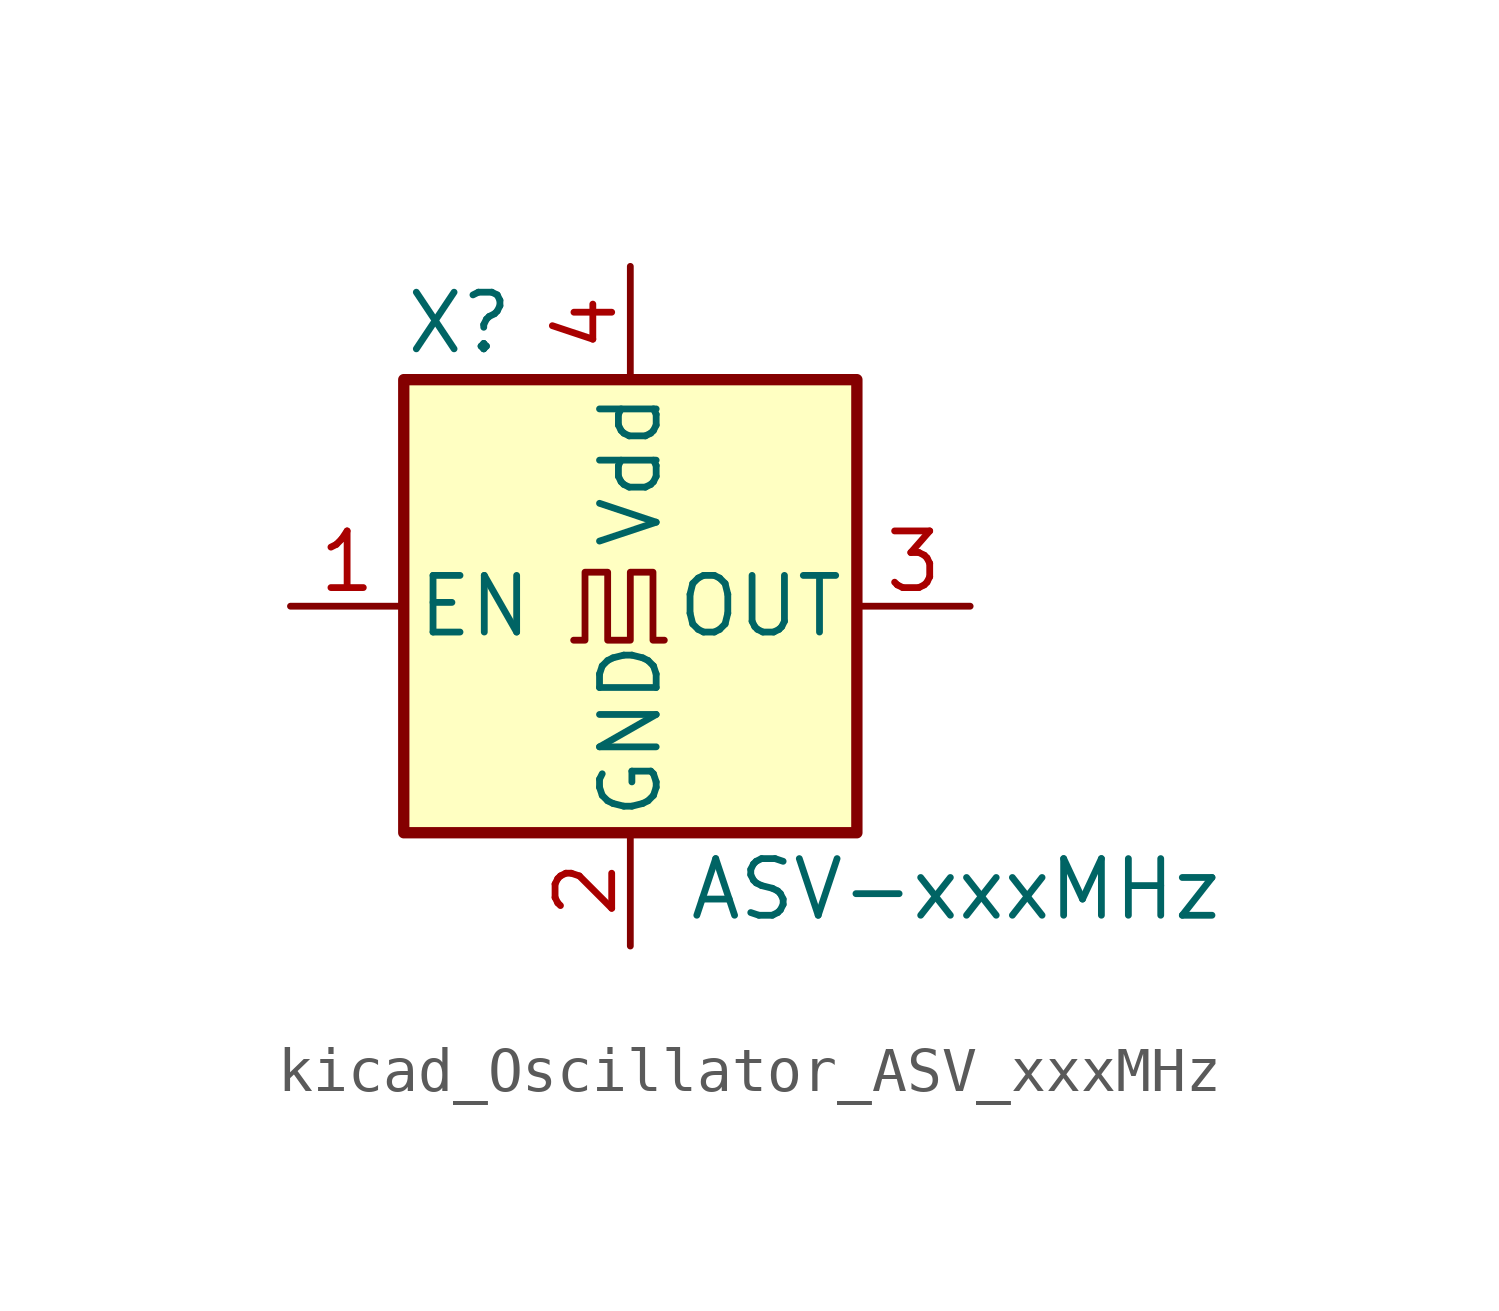
<source format=kicad_sym>
(kicad_symbol_lib
  (version 20220914)
  (generator kicad_symbol_editor)
  (symbol "kicad_Oscillator_ASV_xxxMHz"
    (pin_names
      (offset 0.254))
    (property "Reference" "X"
      (at -5.08 6.35 0)
      (effects (font (size 1.27 1.27)) (justify left)))
    (property "Value" "ASV-xxxMHz"
      (at 1.27 -6.35 0)
      (effects (font (size 1.27 1.27)) (justify left)))
    (symbol "kicad_Oscillator_ASV_xxxMHz_0_1"
      (rectangle (start -5.08 5.08) (end 5.08 -5.08) (stroke (width 0.254) (type default)) (fill (type background)))
      (polyline (pts (xy -1.27 -0.762) (xy -1.016 -0.762) (xy -1.016 0.762) (xy -0.508 0.762) (xy -0.508 -0.762) (xy 0 -0.762) (xy 0 0.762) (xy 0.508 0.762) (xy 0.508 -0.762) (xy 0.762 -0.762)) (stroke (width 0) (type default)) (fill (type none))))
    (symbol "kicad_Oscillator_ASV_xxxMHz_1_1"
      (pin input line (at -7.62 0 0) (length 2.54) (name "EN" (effects (font (size 1.27 1.27)))) (number "1" (effects (font (size 1.27 1.27)))))
      (pin power_in line (at 0 -7.62 90) (length 2.54) (name "GND" (effects (font (size 1.27 1.27)))) (number "2" (effects (font (size 1.27 1.27)))))
      (pin output line (at 7.62 0 180) (length 2.54) (name "OUT" (effects (font (size 1.27 1.27)))) (number "3" (effects (font (size 1.27 1.27)))))
      (pin power_in line (at 0 7.62 270) (length 2.54) (name "Vdd" (effects (font (size 1.27 1.27)))) (number "4" (effects (font (size 1.27 1.27))))))))
</source>
